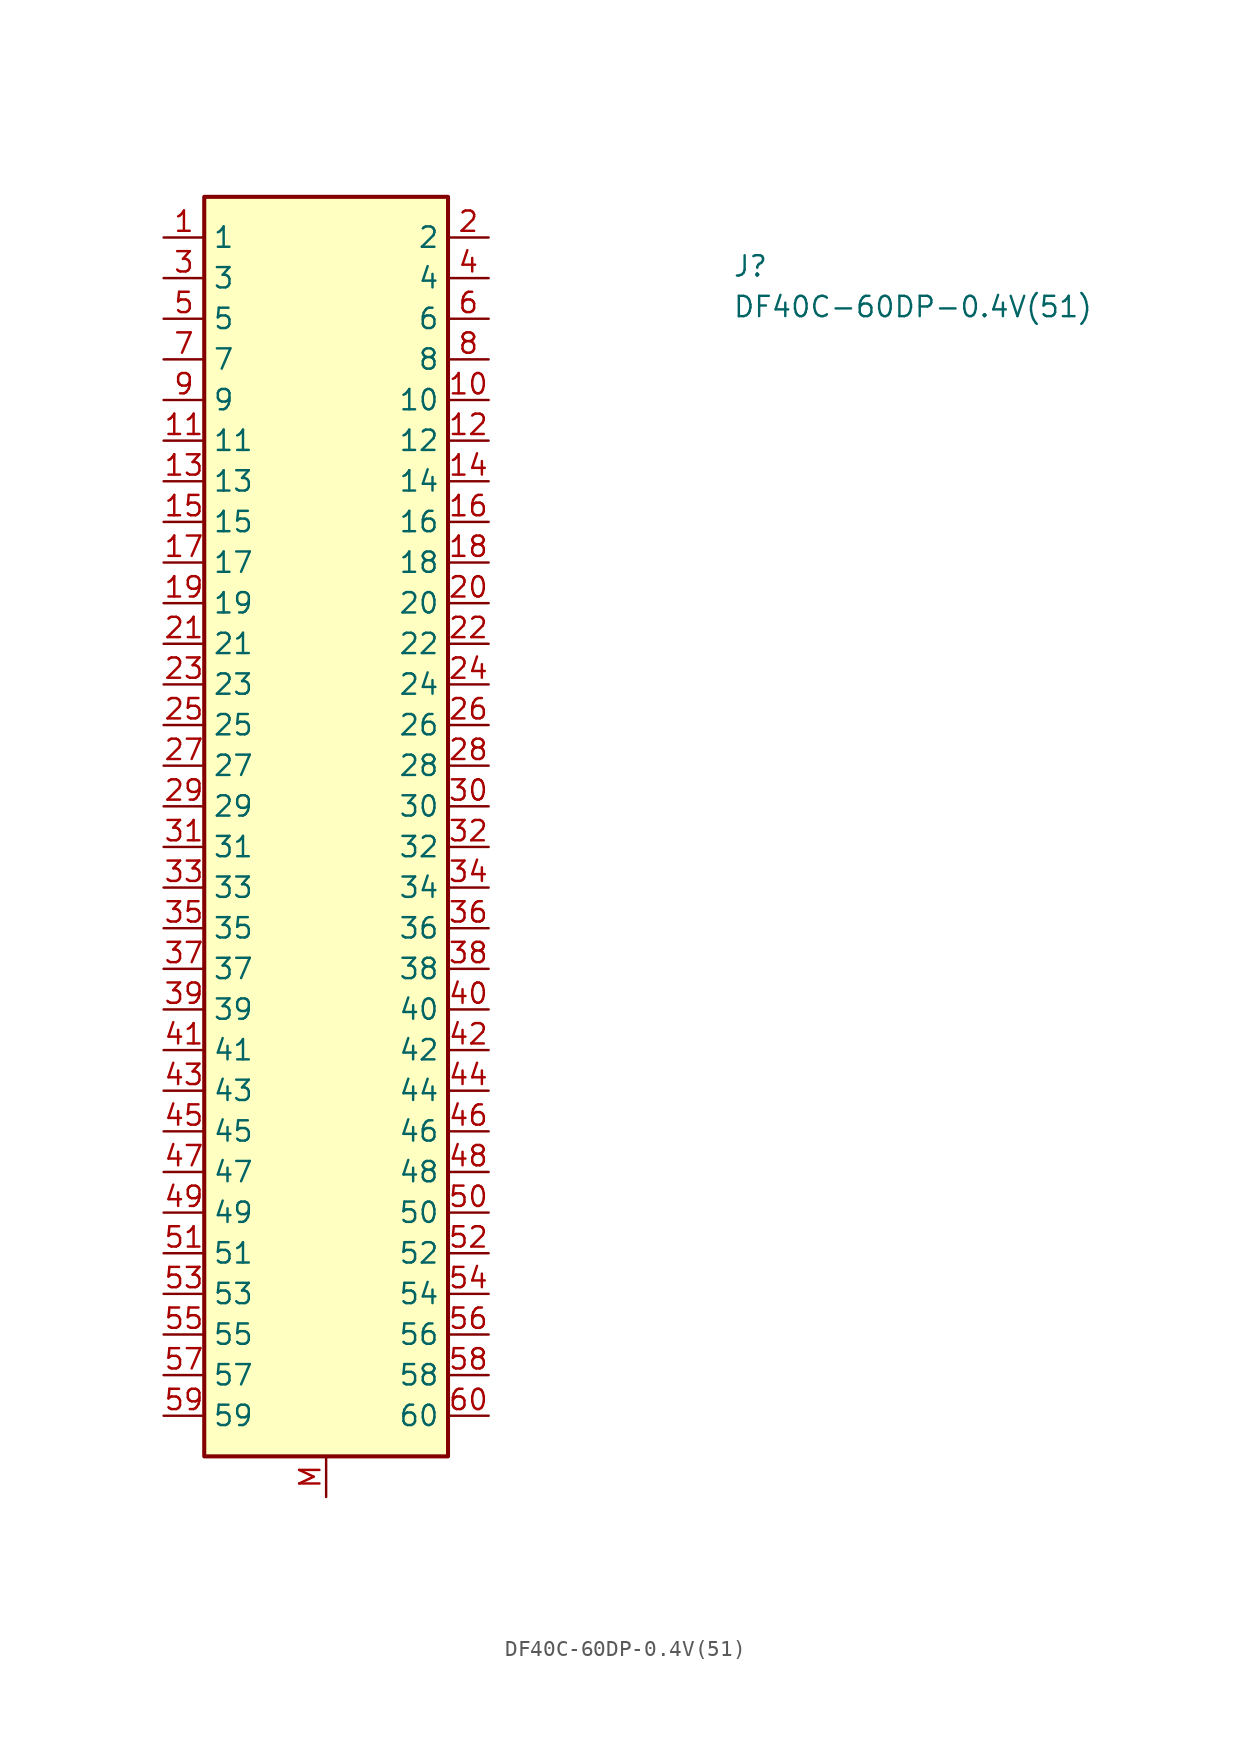
<source format=kicad_sym>
(kicad_symbol_lib
  (version 20211014)
  (generator kicad_symbol_editor)
  (symbol "DF40C-60DP-0.4V(51)"
    (property "Reference" "J"
      (at 35.56 -2.54 0)
      (effects (font (size 1.27 1.27) (thickness 0.15)) (justify left bottom)))
    (property "Value" "DF40C-60DP-0.4V(51)"
      (at 35.56 -5.08 0)
      (effects (font (size 1.27 1.27) (thickness 0.15)) (justify left bottom)))
    (symbol "DF40C-60DP-0.4V(51)_1_1"
      (rectangle (start 2.54 -76.2) (end 17.78 2.54) (stroke (width 0.254) (type default) (color 0 0 0 0)) (fill (type background)))
      (pin passive line (at 0 0 0) (length 2.54) (name "1" (effects (font (size 1.27 1.27)))) (number "1" (effects (font (size 1.27 1.27)))))
      (pin passive line (at 20.32 -10.16 180) (length 2.54) (name "10" (effects (font (size 1.27 1.27)))) (number "10" (effects (font (size 1.27 1.27)))))
      (pin passive line (at 0 -12.7 0) (length 2.54) (name "11" (effects (font (size 1.27 1.27)))) (number "11" (effects (font (size 1.27 1.27)))))
      (pin passive line (at 20.32 -12.7 180) (length 2.54) (name "12" (effects (font (size 1.27 1.27)))) (number "12" (effects (font (size 1.27 1.27)))))
      (pin passive line (at 0 -15.24 0) (length 2.54) (name "13" (effects (font (size 1.27 1.27)))) (number "13" (effects (font (size 1.27 1.27)))))
      (pin passive line (at 20.32 -15.24 180) (length 2.54) (name "14" (effects (font (size 1.27 1.27)))) (number "14" (effects (font (size 1.27 1.27)))))
      (pin passive line (at 0 -17.78 0) (length 2.54) (name "15" (effects (font (size 1.27 1.27)))) (number "15" (effects (font (size 1.27 1.27)))))
      (pin passive line (at 20.32 -17.78 180) (length 2.54) (name "16" (effects (font (size 1.27 1.27)))) (number "16" (effects (font (size 1.27 1.27)))))
      (pin passive line (at 0 -20.32 0) (length 2.54) (name "17" (effects (font (size 1.27 1.27)))) (number "17" (effects (font (size 1.27 1.27)))))
      (pin passive line (at 20.32 -20.32 180) (length 2.54) (name "18" (effects (font (size 1.27 1.27)))) (number "18" (effects (font (size 1.27 1.27)))))
      (pin passive line (at 0 -22.86 0) (length 2.54) (name "19" (effects (font (size 1.27 1.27)))) (number "19" (effects (font (size 1.27 1.27)))))
      (pin passive line (at 20.32 0 180) (length 2.54) (name "2" (effects (font (size 1.27 1.27)))) (number "2" (effects (font (size 1.27 1.27)))))
      (pin passive line (at 20.32 -22.86 180) (length 2.54) (name "20" (effects (font (size 1.27 1.27)))) (number "20" (effects (font (size 1.27 1.27)))))
      (pin passive line (at 0 -25.4 0) (length 2.54) (name "21" (effects (font (size 1.27 1.27)))) (number "21" (effects (font (size 1.27 1.27)))))
      (pin passive line (at 20.32 -25.4 180) (length 2.54) (name "22" (effects (font (size 1.27 1.27)))) (number "22" (effects (font (size 1.27 1.27)))))
      (pin passive line (at 0 -27.94 0) (length 2.54) (name "23" (effects (font (size 1.27 1.27)))) (number "23" (effects (font (size 1.27 1.27)))))
      (pin passive line (at 20.32 -27.94 180) (length 2.54) (name "24" (effects (font (size 1.27 1.27)))) (number "24" (effects (font (size 1.27 1.27)))))
      (pin passive line (at 0 -30.48 0) (length 2.54) (name "25" (effects (font (size 1.27 1.27)))) (number "25" (effects (font (size 1.27 1.27)))))
      (pin passive line (at 20.32 -30.48 180) (length 2.54) (name "26" (effects (font (size 1.27 1.27)))) (number "26" (effects (font (size 1.27 1.27)))))
      (pin passive line (at 0 -33.02 0) (length 2.54) (name "27" (effects (font (size 1.27 1.27)))) (number "27" (effects (font (size 1.27 1.27)))))
      (pin passive line (at 20.32 -33.02 180) (length 2.54) (name "28" (effects (font (size 1.27 1.27)))) (number "28" (effects (font (size 1.27 1.27)))))
      (pin passive line (at 0 -35.56 0) (length 2.54) (name "29" (effects (font (size 1.27 1.27)))) (number "29" (effects (font (size 1.27 1.27)))))
      (pin passive line (at 0 -2.54 0) (length 2.54) (name "3" (effects (font (size 1.27 1.27)))) (number "3" (effects (font (size 1.27 1.27)))))
      (pin passive line (at 20.32 -35.56 180) (length 2.54) (name "30" (effects (font (size 1.27 1.27)))) (number "30" (effects (font (size 1.27 1.27)))))
      (pin passive line (at 0 -38.1 0) (length 2.54) (name "31" (effects (font (size 1.27 1.27)))) (number "31" (effects (font (size 1.27 1.27)))))
      (pin passive line (at 20.32 -38.1 180) (length 2.54) (name "32" (effects (font (size 1.27 1.27)))) (number "32" (effects (font (size 1.27 1.27)))))
      (pin passive line (at 0 -40.64 0) (length 2.54) (name "33" (effects (font (size 1.27 1.27)))) (number "33" (effects (font (size 1.27 1.27)))))
      (pin passive line (at 20.32 -40.64 180) (length 2.54) (name "34" (effects (font (size 1.27 1.27)))) (number "34" (effects (font (size 1.27 1.27)))))
      (pin passive line (at 0 -43.18 0) (length 2.54) (name "35" (effects (font (size 1.27 1.27)))) (number "35" (effects (font (size 1.27 1.27)))))
      (pin passive line (at 20.32 -43.18 180) (length 2.54) (name "36" (effects (font (size 1.27 1.27)))) (number "36" (effects (font (size 1.27 1.27)))))
      (pin passive line (at 0 -45.72 0) (length 2.54) (name "37" (effects (font (size 1.27 1.27)))) (number "37" (effects (font (size 1.27 1.27)))))
      (pin passive line (at 20.32 -45.72 180) (length 2.54) (name "38" (effects (font (size 1.27 1.27)))) (number "38" (effects (font (size 1.27 1.27)))))
      (pin passive line (at 0 -48.26 0) (length 2.54) (name "39" (effects (font (size 1.27 1.27)))) (number "39" (effects (font (size 1.27 1.27)))))
      (pin passive line (at 20.32 -2.54 180) (length 2.54) (name "4" (effects (font (size 1.27 1.27)))) (number "4" (effects (font (size 1.27 1.27)))))
      (pin passive line (at 20.32 -48.26 180) (length 2.54) (name "40" (effects (font (size 1.27 1.27)))) (number "40" (effects (font (size 1.27 1.27)))))
      (pin passive line (at 0 -50.8 0) (length 2.54) (name "41" (effects (font (size 1.27 1.27)))) (number "41" (effects (font (size 1.27 1.27)))))
      (pin passive line (at 20.32 -50.8 180) (length 2.54) (name "42" (effects (font (size 1.27 1.27)))) (number "42" (effects (font (size 1.27 1.27)))))
      (pin passive line (at 0 -53.34 0) (length 2.54) (name "43" (effects (font (size 1.27 1.27)))) (number "43" (effects (font (size 1.27 1.27)))))
      (pin passive line (at 20.32 -53.34 180) (length 2.54) (name "44" (effects (font (size 1.27 1.27)))) (number "44" (effects (font (size 1.27 1.27)))))
      (pin passive line (at 0 -55.88 0) (length 2.54) (name "45" (effects (font (size 1.27 1.27)))) (number "45" (effects (font (size 1.27 1.27)))))
      (pin passive line (at 20.32 -55.88 180) (length 2.54) (name "46" (effects (font (size 1.27 1.27)))) (number "46" (effects (font (size 1.27 1.27)))))
      (pin passive line (at 0 -58.42 0) (length 2.54) (name "47" (effects (font (size 1.27 1.27)))) (number "47" (effects (font (size 1.27 1.27)))))
      (pin passive line (at 20.32 -58.42 180) (length 2.54) (name "48" (effects (font (size 1.27 1.27)))) (number "48" (effects (font (size 1.27 1.27)))))
      (pin passive line (at 0 -60.96 0) (length 2.54) (name "49" (effects (font (size 1.27 1.27)))) (number "49" (effects (font (size 1.27 1.27)))))
      (pin passive line (at 0 -5.08 0) (length 2.54) (name "5" (effects (font (size 1.27 1.27)))) (number "5" (effects (font (size 1.27 1.27)))))
      (pin passive line (at 20.32 -60.96 180) (length 2.54) (name "50" (effects (font (size 1.27 1.27)))) (number "50" (effects (font (size 1.27 1.27)))))
      (pin passive line (at 0 -63.5 0) (length 2.54) (name "51" (effects (font (size 1.27 1.27)))) (number "51" (effects (font (size 1.27 1.27)))))
      (pin passive line (at 20.32 -63.5 180) (length 2.54) (name "52" (effects (font (size 1.27 1.27)))) (number "52" (effects (font (size 1.27 1.27)))))
      (pin passive line (at 0 -66.04 0) (length 2.54) (name "53" (effects (font (size 1.27 1.27)))) (number "53" (effects (font (size 1.27 1.27)))))
      (pin passive line (at 20.32 -66.04 180) (length 2.54) (name "54" (effects (font (size 1.27 1.27)))) (number "54" (effects (font (size 1.27 1.27)))))
      (pin passive line (at 0 -68.58 0) (length 2.54) (name "55" (effects (font (size 1.27 1.27)))) (number "55" (effects (font (size 1.27 1.27)))))
      (pin passive line (at 20.32 -68.58 180) (length 2.54) (name "56" (effects (font (size 1.27 1.27)))) (number "56" (effects (font (size 1.27 1.27)))))
      (pin passive line (at 0 -71.12 0) (length 2.54) (name "57" (effects (font (size 1.27 1.27)))) (number "57" (effects (font (size 1.27 1.27)))))
      (pin passive line (at 20.32 -71.12 180) (length 2.54) (name "58" (effects (font (size 1.27 1.27)))) (number "58" (effects (font (size 1.27 1.27)))))
      (pin passive line (at 0 -73.66 0) (length 2.54) (name "59" (effects (font (size 1.27 1.27)))) (number "59" (effects (font (size 1.27 1.27)))))
      (pin passive line (at 20.32 -5.08 180) (length 2.54) (name "6" (effects (font (size 1.27 1.27)))) (number "6" (effects (font (size 1.27 1.27)))))
      (pin passive line (at 20.32 -73.66 180) (length 2.54) (name "60" (effects (font (size 1.27 1.27)))) (number "60" (effects (font (size 1.27 1.27)))))
      (pin passive line (at 0 -7.62 0) (length 2.54) (name "7" (effects (font (size 1.27 1.27)))) (number "7" (effects (font (size 1.27 1.27)))))
      (pin passive line (at 20.32 -7.62 180) (length 2.54) (name "8" (effects (font (size 1.27 1.27)))) (number "8" (effects (font (size 1.27 1.27)))))
      (pin passive line (at 0 -10.16 0) (length 2.54) (name "9" (effects (font (size 1.27 1.27)))) (number "9" (effects (font (size 1.27 1.27)))))
      (pin passive line (at 10.16 -78.74 90) (length 2.54) (name "" (effects (font (size 1.27 1.27)))) (number "M" (effects (font (size 1.27 1.27))))))))
</source>
